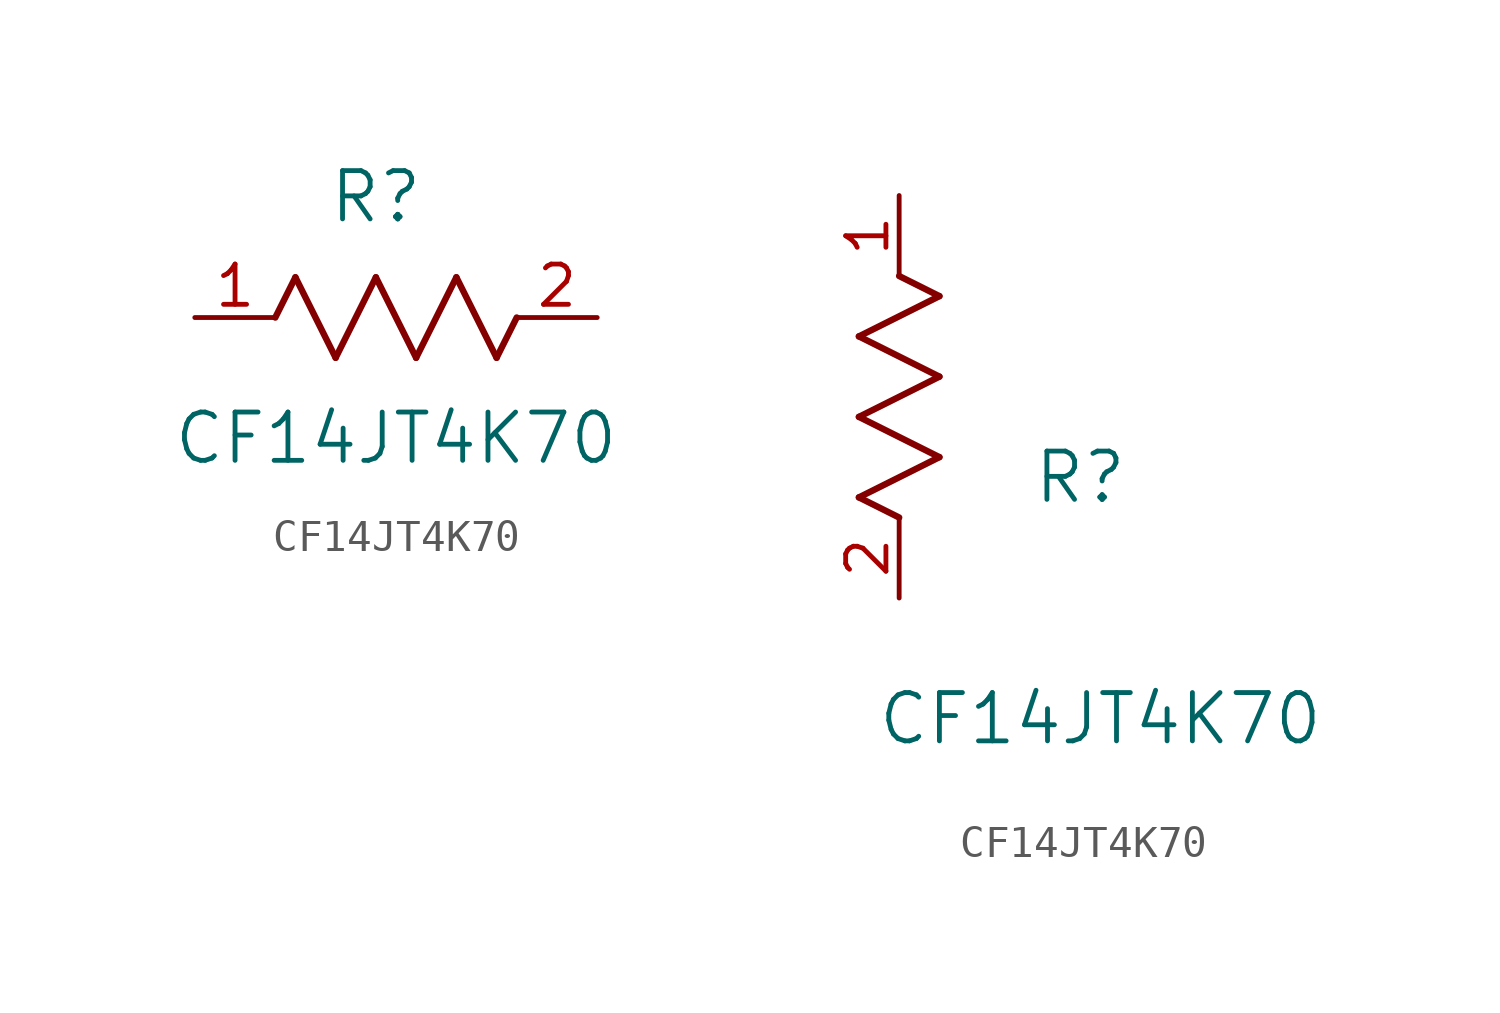
<source format=kicad_sym>
(kicad_symbol_lib
  (version 20211014)
  (generator kicad_symbol_editor)
  (symbol "CF14JT4K70"
    (pin_names
      (offset 0.254))
    (property "Reference" "R"
      (at 5.715 3.81 0)
      (effects (font (size 1.524 1.524))))
    (property "Value" "CF14JT4K70"
      (at 6.35 -3.81 0)
      (effects (font (size 1.524 1.524))))
    (symbol "CF14JT4K70_1_1"
      (polyline (pts (xy 3.175 1.27) (xy 4.445 -1.27)) (stroke (width 0.203) (type default) (color 0 0 0 0)) (fill (type none)))
      (polyline (pts (xy 4.445 -1.27) (xy 5.715 1.27)) (stroke (width 0.203) (type default) (color 0 0 0 0)) (fill (type none)))
      (polyline (pts (xy 5.715 1.27) (xy 6.985 -1.27)) (stroke (width 0.203) (type default) (color 0 0 0 0)) (fill (type none)))
      (polyline (pts (xy 6.985 -1.27) (xy 8.255 1.27)) (stroke (width 0.203) (type default) (color 0 0 0 0)) (fill (type none)))
      (polyline (pts (xy 8.255 1.27) (xy 9.525 -1.27)) (stroke (width 0.203) (type default) (color 0 0 0 0)) (fill (type none)))
      (polyline (pts (xy 2.54 0) (xy 3.175 1.27)) (stroke (width 0.203) (type default) (color 0 0 0 0)) (fill (type none)))
      (polyline (pts (xy 9.525 -1.27) (xy 10.16 0)) (stroke (width 0.203) (type default) (color 0 0 0 0)) (fill (type none)))
      (pin unspecified line (at 0 0 0) (length 2.54) (name "" (effects (font (size 1.27 1.27)))) (number "1" (effects (font (size 1.27 1.27)))))
      (pin unspecified line (at 12.7 0 180) (length 2.54) (name "" (effects (font (size 1.27 1.27)))) (number "2" (effects (font (size 1.27 1.27))))))
    (symbol "CF14JT4K70_1_2"
      (polyline (pts (xy 0 2.54) (xy -1.27 3.175)) (stroke (width 0.203) (type default) (color 0 0 0 0)) (fill (type none)))
      (polyline (pts (xy -1.27 3.175) (xy 1.27 4.445)) (stroke (width 0.203) (type default) (color 0 0 0 0)) (fill (type none)))
      (polyline (pts (xy 1.27 4.445) (xy -1.27 5.715)) (stroke (width 0.203) (type default) (color 0 0 0 0)) (fill (type none)))
      (polyline (pts (xy -1.27 5.715) (xy 1.27 6.985)) (stroke (width 0.203) (type default) (color 0 0 0 0)) (fill (type none)))
      (polyline (pts (xy -1.27 8.255) (xy 1.27 9.525)) (stroke (width 0.203) (type default) (color 0 0 0 0)) (fill (type none)))
      (polyline (pts (xy 1.27 9.525) (xy 0 10.16)) (stroke (width 0.203) (type default) (color 0 0 0 0)) (fill (type none)))
      (polyline (pts (xy 1.27 6.985) (xy -1.27 8.255)) (stroke (width 0.203) (type default) (color 0 0 0 0)) (fill (type none)))
      (pin unspecified line (at 0 12.7 270) (length 2.54) (name "" (effects (font (size 1.27 1.27)))) (number "1" (effects (font (size 1.27 1.27)))))
      (pin unspecified line (at 0 0 90) (length 2.54) (name "" (effects (font (size 1.27 1.27)))) (number "2" (effects (font (size 1.27 1.27))))))))
</source>
